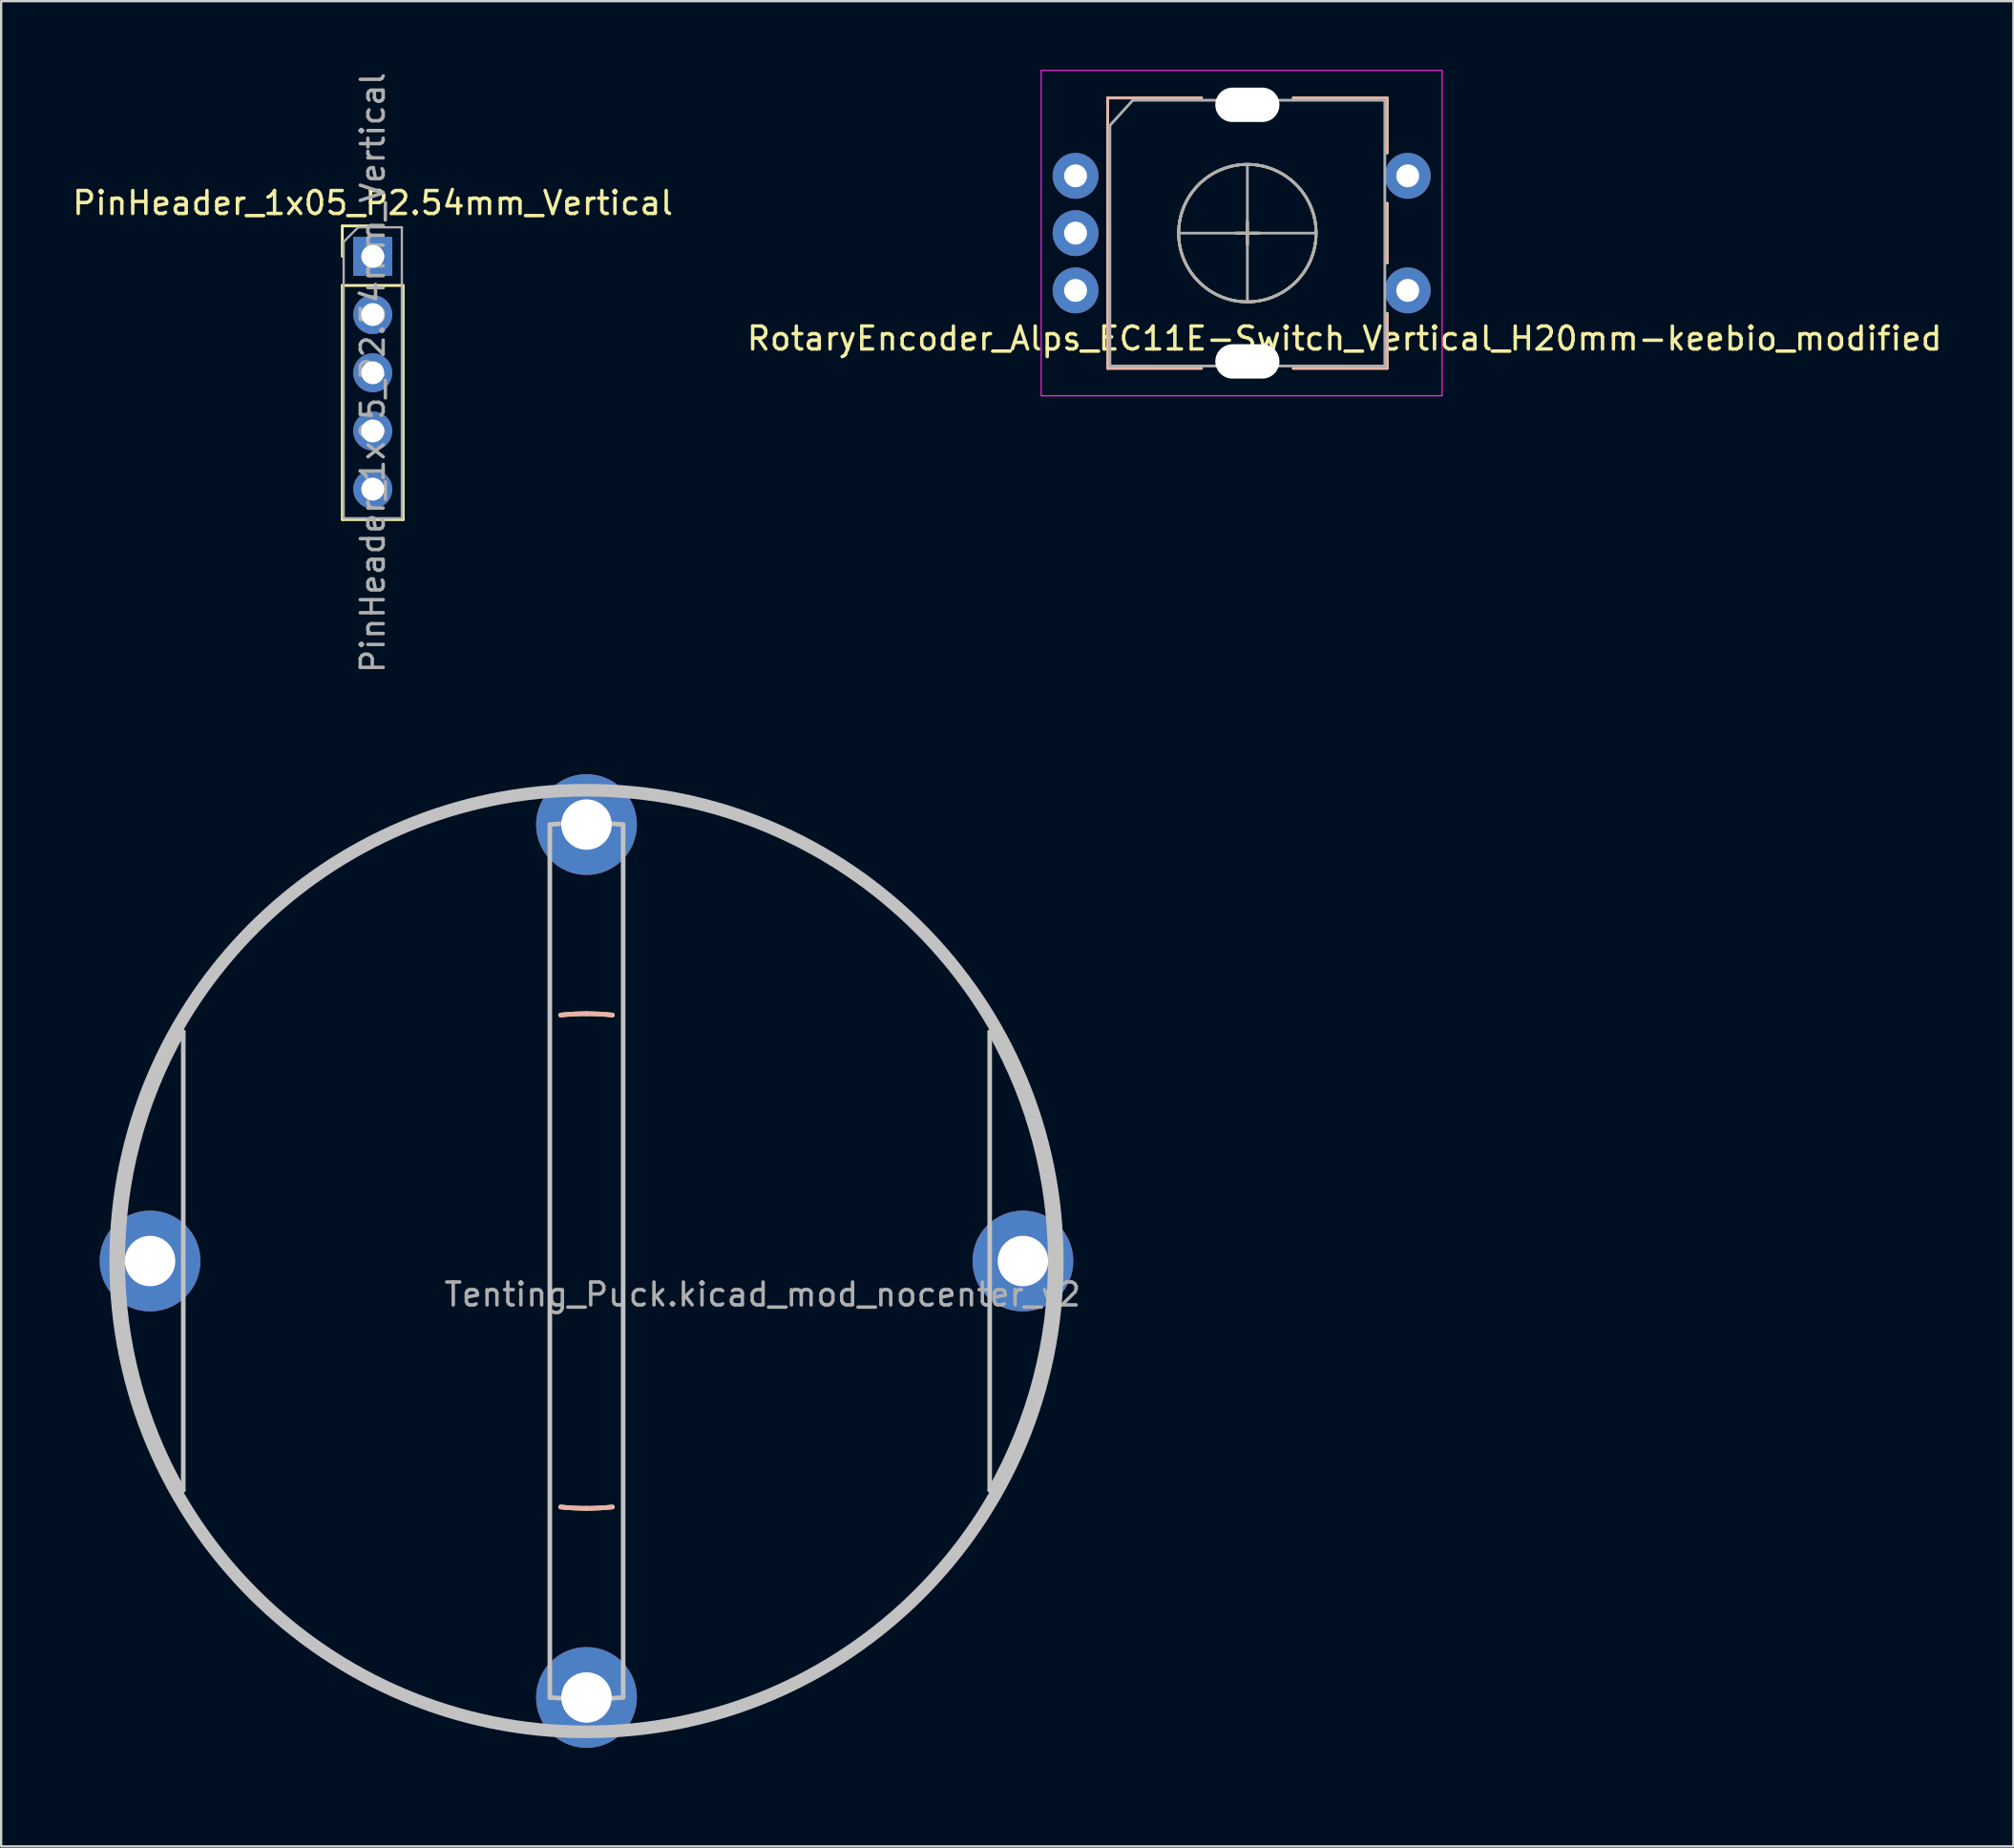
<source format=kicad_pcb>
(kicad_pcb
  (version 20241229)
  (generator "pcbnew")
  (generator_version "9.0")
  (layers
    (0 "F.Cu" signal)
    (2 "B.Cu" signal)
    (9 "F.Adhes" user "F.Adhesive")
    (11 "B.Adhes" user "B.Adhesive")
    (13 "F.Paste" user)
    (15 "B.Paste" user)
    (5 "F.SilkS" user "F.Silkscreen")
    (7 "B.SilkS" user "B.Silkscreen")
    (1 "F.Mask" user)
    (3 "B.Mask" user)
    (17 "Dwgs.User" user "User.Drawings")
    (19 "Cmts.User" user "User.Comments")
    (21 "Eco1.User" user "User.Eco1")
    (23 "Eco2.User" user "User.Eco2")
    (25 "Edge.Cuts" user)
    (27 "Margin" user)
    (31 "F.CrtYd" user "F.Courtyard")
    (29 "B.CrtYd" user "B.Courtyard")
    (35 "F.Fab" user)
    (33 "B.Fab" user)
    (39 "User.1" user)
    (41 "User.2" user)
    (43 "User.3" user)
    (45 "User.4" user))
  (footprint "Tenting_Puck.kicad_mod_nocenter_v2"
    (layer "F.Cu")
    (at 22.55 51.99)
    (property "Reference" "Tenting_Puck.kicad_mod_nocenter_v2" (at 7.684 1.46 0) (layer "F.Fab") (effects (font (size 1 1) (thickness 0.15))))
    (attr through_hole)
    (fp_arc (start -20.32 -2.8575) (mid -19.91151 -4.959786) (end -19.286134 -7.008048) (stroke (width 0.2) (type solid)) (layer "F.SilkS"))
    (fp_arc (start -19.286134 7.008047) (mid -19.91151 4.959786) (end -20.32 2.8575) (stroke (width 0.2) (type solid)) (layer "F.SilkS"))
    (fp_arc (start -7.008048 -19.286134) (mid -4.959786 -19.91151) (end -2.8575 -20.32) (stroke (width 0.2) (type solid)) (layer "F.SilkS"))
    (fp_arc (start -2.8575 20.32) (mid -4.959785 19.91151) (end -7.008046 19.286135) (stroke (width 0.2) (type solid)) (layer "F.SilkS"))
    (fp_arc (start -1.128385 -10.735864) (mid -0.564967 -10.780206) (end 0 -10.795) (stroke (width 0.2) (type solid)) (layer "F.SilkS"))
    (fp_arc (start 0 -10.795) (mid 0.564967 -10.780206) (end 1.128385 -10.735864) (stroke (width 0.2) (type solid)) (layer "F.SilkS"))
    (fp_arc (start 0 10.795) (mid -0.564967 10.780206) (end -1.128385 10.735864) (stroke (width 0.2) (type solid)) (layer "F.SilkS"))
    (fp_arc (start 1.128385 10.735864) (mid 0.564967 10.780206) (end 0 10.795) (stroke (width 0.2) (type solid)) (layer "F.SilkS"))
    (fp_arc (start 2.8575 -20.32) (mid 4.959786 -19.91151) (end 7.008047 -19.286134) (stroke (width 0.2) (type solid)) (layer "F.SilkS"))
    (fp_arc (start 7.008047 19.286134) (mid 4.959786 19.91151) (end 2.8575 20.32) (stroke (width 0.2) (type solid)) (layer "F.SilkS"))
    (fp_arc (start 19.286135 -7.008045) (mid 19.91151 -4.959785) (end 20.32 -2.8575) (stroke (width 0.2) (type solid)) (layer "F.SilkS"))
    (fp_arc (start 20.32 2.8575) (mid 19.91151 4.959785) (end 19.286135 7.008046) (stroke (width 0.2) (type solid)) (layer "F.SilkS"))
    (fp_arc (start -20.32 -2.8575) (mid -19.91151 -4.959784) (end -19.286136 -7.008044) (stroke (width 0.2) (type solid)) (layer "B.SilkS"))
    (fp_arc (start -19.286135 7.008046) (mid -19.91151 4.959785) (end -20.32 2.8575) (stroke (width 0.2) (type solid)) (layer "B.SilkS"))
    (fp_arc (start -7.008046 -19.286135) (mid -4.959785 -19.91151) (end -2.8575 -20.32) (stroke (width 0.2) (type solid)) (layer "B.SilkS"))
    (fp_arc (start -2.8575 20.32) (mid -4.959785 19.91151) (end -7.008045 19.286135) (stroke (width 0.2) (type solid)) (layer "B.SilkS"))
    (fp_arc (start -1.128385 -10.735864) (mid -0.564967 -10.780206) (end 0 -10.795) (stroke (width 0.2) (type solid)) (layer "B.SilkS"))
    (fp_arc (start 0 -10.795) (mid 0.564967 -10.780206) (end 1.128385 -10.735864) (stroke (width 0.2) (type solid)) (layer "B.SilkS"))
    (fp_arc (start 0 10.795) (mid -0.564967 10.780206) (end -1.128385 10.735864) (stroke (width 0.2) (type solid)) (layer "B.SilkS"))
    (fp_arc (start 1.128385 10.735864) (mid 0.564967 10.780206) (end 0 10.795) (stroke (width 0.2) (type solid)) (layer "B.SilkS"))
    (fp_arc (start 2.8575 -20.32) (mid 4.959787 -19.91151) (end 7.008049 -19.286134) (stroke (width 0.2) (type solid)) (layer "B.SilkS"))
    (fp_arc (start 7.008045 19.286135) (mid 4.959785 19.91151) (end 2.8575 20.32) (stroke (width 0.2) (type solid)) (layer "B.SilkS"))
    (fp_arc (start 19.286134 -7.008048) (mid 19.91151 -4.959786) (end 20.32 -2.8575) (stroke (width 0.2) (type solid)) (layer "B.SilkS"))
    (fp_arc (start 20.32 2.8575) (mid 19.91151 4.959786) (end 19.286134 7.008048) (stroke (width 0.2) (type solid)) (layer "B.SilkS"))
    (fp_line (start -17.6 10) (end -17.6 -10) (stroke (width 0.2) (type solid)) (layer "Dwgs.User"))
    (fp_line (start -1.6 19.05) (end -1.6 -19.05) (stroke (width 0.2) (type solid)) (layer "Dwgs.User"))
    (fp_line (start 1.6 19.05) (end 1.6 -19.05) (stroke (width 0.2) (type solid)) (layer "Dwgs.User"))
    (fp_line (start 17.6 10) (end 17.6 -10) (stroke (width 0.2) (type solid)) (layer "Dwgs.User"))
    (fp_arc (start -17.6 10) (mid -20.242529 0) (end -17.6 -10) (stroke (width 0.2) (type default)) (layer "Dwgs.User"))
    (fp_arc (start -1.6 -19.049999) (mid 0 -19.117073) (end 1.6 -19.049999) (stroke (width 0.2) (type default)) (layer "Dwgs.User"))
    (fp_arc (start 1.6 19.049999) (mid 0 19.117073) (end -1.6 19.049999) (stroke (width 0.2) (type default)) (layer "Dwgs.User"))
    (fp_arc (start 17.6 -10) (mid 20.242529 0) (end 17.6 10) (stroke (width 0.2) (type default)) (layer "Dwgs.User"))
    (fp_circle (center 0 0) (end 20.55 0) (stroke (width 0.55) (type solid)) (fill no) (layer "Dwgs.User"))
    (fp_circle (center -19.05 0) (end -17.3 0) (stroke (width 0.12) (type default)) (fill no) (layer "User.3"))
    (fp_circle (center 0 -19.05) (end 1.75 -19.05) (stroke (width 0.12) (type default)) (fill no) (layer "User.3"))
    (fp_circle (center 0 19.05) (end 1.75 19.05) (stroke (width 0.12) (type default)) (fill no) (layer "User.3"))
    (fp_circle (center 19.05 0) (end 20.8 0) (stroke (width 0.12) (type default)) (fill no) (layer "User.3"))
    (fp_circle (center -19.05 0) (end -17.3 0) (stroke (width 0.12) (type default)) (fill no) (layer "User.4"))
    (fp_circle (center 0 -19.05) (end 1.75 -19.05) (stroke (width 0.12) (type default)) (fill no) (layer "User.4"))
    (fp_circle (center 0 19.05) (end 1.75 19.05) (stroke (width 0.12) (type default)) (fill no) (layer "User.4"))
    (fp_circle (center 19.05 0) (end 20.8 0) (stroke (width 0.12) (type default)) (fill no) (layer "User.4"))
    (fp_circle (center 0 0) (end 22.5 0) (stroke (width 0.1) (type solid)) (fill no) (layer "User.6"))
    (fp_circle (center 0 0) (end 22.5 0) (stroke (width 0.1) (type solid)) (fill no) (layer "User.9"))
    (pad "1" thru_hole circle (at -19.05 0) (size 4.4 4.4) (drill 2.2) (layers "*.Cu" "*.Mask"))
    (pad "1" thru_hole circle (at 0 -19.05) (size 4.4 4.4) (drill 2.2) (layers "*.Cu" "*.Mask"))
    (pad "1" thru_hole circle (at 0 19.05) (size 4.4 4.4) (drill 2.2) (layers "*.Cu" "*.Mask"))
    (pad "1" thru_hole circle (at 19.05 0) (size 4.4 4.4) (drill 2.2) (layers "*.Cu" "*.Mask")))
  (footprint "RotaryEncoder_Alps_EC11E-Switch_Vertical_H20mm-keebio_modified"
    (layer "F.Cu")
    (at 51.397 7.125)
    (property "Reference" "RotaryEncoder_Alps_EC11E-Switch_Vertical_H20mm-keebio_modified" (at 4.24 4.6 0) (layer "F.SilkS") (effects (font (size 1 1) (thickness 0.15))))
    (attr through_hole exclude_from_pos_files exclude_from_bom)
    (fp_line (start -6.1 -5.9) (end -6.1 5.9) (stroke (width 0.12) (type solid)) (layer "F.SilkS"))
    (fp_line (start -2 -5.9) (end -6.1 -5.9) (stroke (width 0.12) (type solid)) (layer "F.SilkS"))
    (fp_line (start -2 5.9) (end -6.1 5.9) (stroke (width 0.12) (type solid)) (layer "F.SilkS"))
    (fp_line (start -0.5 0) (end 0.5 0) (stroke (width 0.12) (type solid)) (layer "F.SilkS"))
    (fp_line (start 0 -0.5) (end 0 0.5) (stroke (width 0.12) (type solid)) (layer "F.SilkS"))
    (fp_line (start 2 -5.9) (end 6.1 -5.9) (stroke (width 0.12) (type solid)) (layer "F.SilkS"))
    (fp_line (start 6.1 -5.9) (end 6.1 -3.5) (stroke (width 0.12) (type solid)) (layer "F.SilkS"))
    (fp_line (start 6.1 -1.3) (end 6.1 1.3) (stroke (width 0.12) (type solid)) (layer "F.SilkS"))
    (fp_line (start 6.1 3.5) (end 6.1 5.9) (stroke (width 0.12) (type solid)) (layer "F.SilkS"))
    (fp_line (start 6.1 5.9) (end 2 5.9) (stroke (width 0.12) (type solid)) (layer "F.SilkS"))
    (fp_circle (center 0 0) (end 3 0) (stroke (width 0.12) (type solid)) (fill no) (layer "F.SilkS"))
    (fp_line (start -6.1 -5.9) (end -6.1 5.9) (stroke (width 0.12) (type solid)) (layer "B.SilkS"))
    (fp_line (start -2 -5.9) (end -6.1 -5.9) (stroke (width 0.12) (type solid)) (layer "B.SilkS"))
    (fp_line (start -2 5.9) (end -6.1 5.9) (stroke (width 0.12) (type solid)) (layer "B.SilkS"))
    (fp_line (start -0.5 0) (end 0.5 0) (stroke (width 0.12) (type solid)) (layer "B.SilkS"))
    (fp_line (start 0 -0.5) (end 0 0.5) (stroke (width 0.12) (type solid)) (layer "B.SilkS"))
    (fp_line (start 2 -5.9) (end 6.1 -5.9) (stroke (width 0.12) (type solid)) (layer "B.SilkS"))
    (fp_line (start 6.1 -5.9) (end 6.1 -3.5) (stroke (width 0.12) (type solid)) (layer "B.SilkS"))
    (fp_line (start 6.1 -1.3) (end 6.1 1.3) (stroke (width 0.12) (type solid)) (layer "B.SilkS"))
    (fp_line (start 6.1 3.5) (end 6.1 5.9) (stroke (width 0.12) (type solid)) (layer "B.SilkS"))
    (fp_line (start 6.1 5.9) (end 2 5.9) (stroke (width 0.12) (type solid)) (layer "B.SilkS"))
    (fp_circle (center 0 0) (end 3 0) (stroke (width 0.12) (type solid)) (fill no) (layer "B.SilkS"))
    (fp_line (start -9 -7.1) (end -9 7.1) (stroke (width 0.05) (type solid)) (layer "F.CrtYd"))
    (fp_line (start -9 -7.1) (end 8.5 -7.1) (stroke (width 0.05) (type solid)) (layer "F.CrtYd"))
    (fp_line (start 8.5 7.1) (end -9 7.1) (stroke (width 0.05) (type solid)) (layer "F.CrtYd"))
    (fp_line (start 8.5 7.1) (end 8.5 -7.1) (stroke (width 0.05) (type solid)) (layer "F.CrtYd"))
    (fp_line (start -6 -4.7) (end -5 -5.8) (stroke (width 0.12) (type solid)) (layer "F.Fab"))
    (fp_line (start -6 5.8) (end -6 -4.7) (stroke (width 0.12) (type solid)) (layer "F.Fab"))
    (fp_line (start -5 -5.8) (end 6 -5.8) (stroke (width 0.12) (type solid)) (layer "F.Fab"))
    (fp_line (start -3 0) (end 3 0) (stroke (width 0.12) (type solid)) (layer "F.Fab"))
    (fp_line (start 0 -3) (end 0 3) (stroke (width 0.12) (type solid)) (layer "F.Fab"))
    (fp_line (start 6 -5.8) (end 6 5.8) (stroke (width 0.12) (type solid)) (layer "F.Fab"))
    (fp_line (start 6 5.8) (end -6 5.8) (stroke (width 0.12) (type solid)) (layer "F.Fab"))
    (fp_circle (center 0 0) (end 3 0) (stroke (width 0.12) (type solid)) (fill no) (layer "F.Fab"))
    (fp_rect (start -8 -6.5) (end 7.6 6.5) (stroke (width 0.12) (type default)) (fill no) (layer "User.4"))
    (pad "" np_thru_hole oval (at 0 -5.6) (size 2.8 1.5) (drill oval 2.8 1.5) (layers "*.Cu" "*.Mask"))
    (pad "" np_thru_hole oval (at 0 5.6) (size 2.8 1.5) (drill oval 2.8 1.5) (layers "*.Cu" "*.Mask"))
    (pad "A" thru_hole circle (at -7.5 -2.5) (size 2 2) (drill 1) (layers "*.Cu" "*.Mask"))
    (pad "B" thru_hole circle (at -7.5 2.5) (size 2 2) (drill 1) (layers "*.Cu" "*.Mask"))
    (pad "C" thru_hole circle (at -7.5 0) (size 2 2) (drill 1) (layers "*.Cu" "*.Mask"))
    (pad "S1" thru_hole circle (at 7 2.5) (size 2 2) (drill 1) (layers "*.Cu" "*.Mask"))
    (pad "S2" thru_hole circle (at 7 -2.5) (size 2 2) (drill 1) (layers "*.Cu" "*.Mask")))
  (footprint "PinHeader_1x05_P2.54mm_Vertical"
    (layer "F.Cu")
    (at 13.22 8.14)
    (property "Reference" "PinHeader_1x05_P2.54mm_Vertical" (at 0 -2.33 0) (layer "F.SilkS") (effects (font (size 1 1) (thickness 0.15))))
    (attr through_hole)
    (fp_line (start -1.33 -1.33) (end 0 -1.33) (stroke (width 0.12) (type solid)) (layer "F.SilkS"))
    (fp_line (start -1.33 0) (end -1.33 -1.33) (stroke (width 0.12) (type solid)) (layer "F.SilkS"))
    (fp_line (start -1.33 1.27) (end -1.33 11.49) (stroke (width 0.12) (type solid)) (layer "F.SilkS"))
    (fp_line (start -1.33 1.27) (end 1.33 1.27) (stroke (width 0.12) (type solid)) (layer "F.SilkS"))
    (fp_line (start -1.33 11.49) (end 1.33 11.49) (stroke (width 0.12) (type solid)) (layer "F.SilkS"))
    (fp_line (start 1.33 1.27) (end 1.33 11.49) (stroke (width 0.12) (type solid)) (layer "F.SilkS"))
    (fp_line (start -1.27 -0.635) (end -0.635 -1.27) (stroke (width 0.1) (type solid)) (layer "F.Fab"))
    (fp_line (start -1.27 11.43) (end -1.27 -0.635) (stroke (width 0.1) (type solid)) (layer "F.Fab"))
    (fp_line (start -0.635 -1.27) (end 1.27 -1.27) (stroke (width 0.1) (type solid)) (layer "F.Fab"))
    (fp_line (start 1.27 -1.27) (end 1.27 11.43) (stroke (width 0.1) (type solid)) (layer "F.Fab"))
    (fp_line (start 1.27 11.43) (end -1.27 11.43) (stroke (width 0.1) (type solid)) (layer "F.Fab"))
    (fp_text user "${REFERENCE}" (at 0 5.08 90) (layer "F.Fab") (effects (font (size 1 1) (thickness 0.15))))
    (pad "1" thru_hole rect (at 0 0) (size 1.7 1.7) (drill 1) (layers "*.Cu" "*.Mask"))
    (pad "2" thru_hole oval (at 0 2.54) (size 1.7 1.7) (drill 1) (layers "*.Cu" "*.Mask"))
    (pad "3" thru_hole oval (at 0 5.08) (size 1.7 1.7) (drill 1) (layers "*.Cu" "*.Mask"))
    (pad "4" thru_hole oval (at 0 7.62) (size 1.7 1.7) (drill 1) (layers "*.Cu" "*.Mask"))
    (pad "5" thru_hole oval (at 0 10.16) (size 1.7 1.7) (drill 1) (layers "*.Cu" "*.Mask")))
  (gr_rect
    (start -3 -3)
    (end 84.833 77.54)
    (stroke (width 0.1) (type default))
    (fill no)
    (layer "Edge.Cuts")))
</source>
